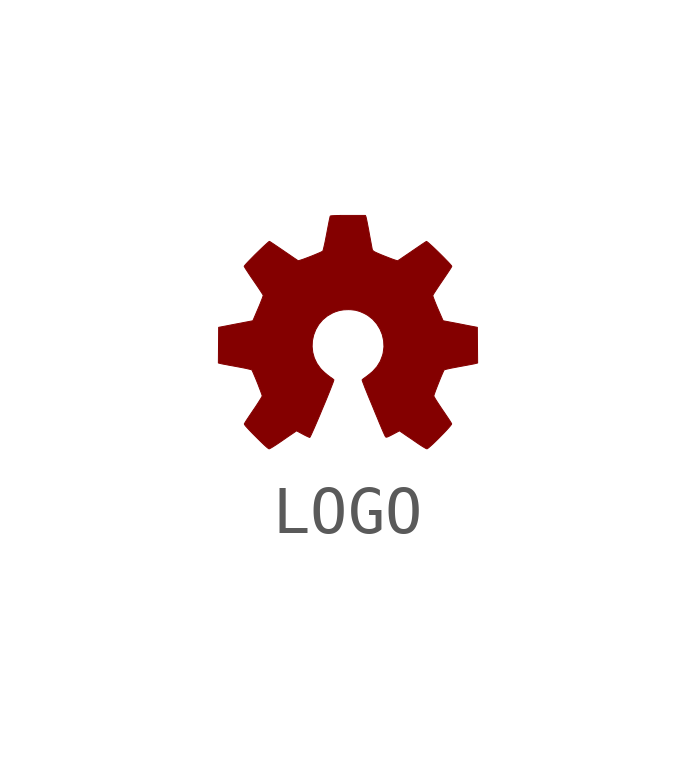
<source format=kicad_sym>
(kicad_symbol_lib
  (version 20220914)
  (generator bitmap2component)
  (symbol "LOGO"
    (pin_names
      (offset 1.016))
    (property "Reference" "#G"
      (at 0 1.866 0)
      (effects (font (size 1.27 1.27)) hide))
    (symbol "LOGO_0_0"
      (polyline (pts (xy -1.651 -2.362) (xy -1.624 -2.349) (xy -1.583 -2.325) (xy -1.532 -2.293) (xy -1.476 -2.256) (xy -1.467 -2.25) (xy -1.398 -2.203) (xy -1.326 -2.153) (xy -1.258 -2.106) (xy -1.202 -2.068) (xy -1.084 -1.988) (xy -0.955 -2.057) (xy -0.906 -2.083) (xy -0.861 -2.105) (xy -0.827 -2.12) (xy -0.809 -2.126) (xy -0.807 -2.123) (xy -0.795 -2.102) (xy -0.775 -2.061) (xy -0.749 -2.003) (xy -0.717 -1.932) (xy -0.681 -1.849) (xy -0.642 -1.758) (xy -0.6 -1.66) (xy -0.558 -1.558) (xy -0.515 -1.456) (xy -0.473 -1.356) (xy -0.434 -1.26) (xy -0.398 -1.171) (xy -0.367 -1.092) (xy -0.341 -1.025) (xy -0.321 -0.973) (xy -0.31 -0.939) (xy -0.307 -0.924) (xy -0.308 -0.923) (xy -0.323 -0.91) (xy -0.353 -0.887) (xy -0.392 -0.861) (xy -0.401 -0.854) (xy -0.45 -0.816) (xy -0.503 -0.771) (xy -0.551 -0.725) (xy -0.586 -0.688) (xy -0.66 -0.584) (xy -0.714 -0.471) (xy -0.747 -0.353) (xy -0.76 -0.231) (xy -0.754 -0.11) (xy -0.728 0.009) (xy -0.684 0.123) (xy -0.622 0.229) (xy -0.542 0.324) (xy -0.445 0.405) (xy -0.331 0.47) (xy -0.27 0.495) (xy -0.188 0.52) (xy -0.102 0.534) (xy -0.003 0.538) (xy 0.051 0.536) (xy 0.145 0.525) (xy 0.236 0.499) (xy 0.331 0.457) (xy 0.4 0.418) (xy 0.501 0.339) (xy 0.586 0.243) (xy 0.653 0.135) (xy 0.702 0.017) (xy 0.73 -0.108) (xy 0.737 -0.237) (xy 0.72 -0.367) (xy 0.708 -0.414) (xy 0.661 -0.538) (xy 0.592 -0.65) (xy 0.501 -0.752) (xy 0.388 -0.844) (xy 0.362 -0.863) (xy 0.323 -0.891) (xy 0.294 -0.913) (xy 0.282 -0.925) (xy 0.284 -0.938) (xy 0.295 -0.971) (xy 0.314 -1.02) (xy 0.338 -1.084) (xy 0.368 -1.158) (xy 0.401 -1.24) (xy 0.414 -1.272) (xy 0.459 -1.38) (xy 0.507 -1.496) (xy 0.555 -1.614) (xy 0.601 -1.724) (xy 0.64 -1.82) (xy 0.661 -1.869) (xy 0.692 -1.943) (xy 0.72 -2.008) (xy 0.744 -2.061) (xy 0.761 -2.097) (xy 0.771 -2.113) (xy 0.772 -2.115) (xy 0.783 -2.12) (xy 0.799 -2.119) (xy 0.826 -2.109) (xy 0.866 -2.09) (xy 0.924 -2.06) (xy 1.06 -1.988) (xy 1.177 -2.068) (xy 1.183 -2.073) (xy 1.241 -2.112) (xy 1.311 -2.159) (xy 1.383 -2.209) (xy 1.451 -2.256) (xy 1.478 -2.274) (xy 1.532 -2.309) (xy 1.579 -2.337) (xy 1.614 -2.357) (xy 1.633 -2.363) (xy 1.643 -2.359) (xy 1.67 -2.339) (xy 1.709 -2.305) (xy 1.758 -2.261) (xy 1.812 -2.209) (xy 1.87 -2.152) (xy 1.929 -2.092) (xy 1.986 -2.034) (xy 2.039 -1.978) (xy 2.084 -1.928) (xy 2.119 -1.887) (xy 2.142 -1.857) (xy 2.148 -1.842) (xy 2.142 -1.829) (xy 2.123 -1.798) (xy 2.093 -1.751) (xy 2.054 -1.693) (xy 2.009 -1.626) (xy 1.959 -1.553) (xy 1.916 -1.489) (xy 1.871 -1.421) (xy 1.832 -1.361) (xy 1.802 -1.312) (xy 1.783 -1.278) (xy 1.776 -1.262) (xy 1.776 -1.262) (xy 1.781 -1.241) (xy 1.794 -1.203) (xy 1.813 -1.15) (xy 1.837 -1.087) (xy 1.864 -1.018) (xy 1.892 -0.948) (xy 1.919 -0.88) (xy 1.945 -0.819) (xy 1.967 -0.769) (xy 1.983 -0.734) (xy 1.993 -0.718) (xy 2 -0.715) (xy 2.03 -0.706) (xy 2.079 -0.695) (xy 2.143 -0.681) (xy 2.218 -0.667) (xy 2.301 -0.651) (xy 2.351 -0.642) (xy 2.433 -0.627) (xy 2.508 -0.613) (xy 2.571 -0.601) (xy 2.617 -0.592) (xy 2.642 -0.586) (xy 2.689 -0.574) (xy 2.686 -0.203) (xy 2.683 0.169) (xy 2.504 0.203) (xy 2.428 0.218) (xy 2.331 0.237) (xy 2.234 0.256) (xy 2.148 0.272) (xy 1.97 0.306) (xy 1.861 0.556) (xy 1.848 0.586) (xy 1.818 0.658) (xy 1.792 0.723) (xy 1.772 0.776) (xy 1.759 0.813) (xy 1.755 0.832) (xy 1.756 0.832) (xy 1.764 0.85) (xy 1.785 0.885) (xy 1.817 0.934) (xy 1.857 0.995) (xy 1.904 1.065) (xy 1.955 1.14) (xy 1.959 1.146) (xy 2.01 1.221) (xy 2.056 1.289) (xy 2.095 1.348) (xy 2.125 1.394) (xy 2.144 1.426) (xy 2.151 1.441) (xy 2.143 1.455) (xy 2.119 1.483) (xy 2.083 1.523) (xy 2.036 1.571) (xy 1.983 1.626) (xy 1.925 1.684) (xy 1.865 1.743) (xy 1.806 1.8) (xy 1.751 1.852) (xy 1.702 1.896) (xy 1.663 1.931) (xy 1.635 1.953) (xy 1.622 1.96) (xy 1.622 1.96) (xy 1.606 1.95) (xy 1.573 1.929) (xy 1.525 1.897) (xy 1.465 1.856) (xy 1.396 1.809) (xy 1.321 1.758) (xy 1.316 1.754) (xy 1.241 1.703) (xy 1.173 1.657) (xy 1.114 1.617) (xy 1.068 1.585) (xy 1.036 1.565) (xy 1.022 1.556) (xy 1.012 1.558) (xy 0.982 1.567) (xy 0.937 1.582) (xy 0.88 1.603) (xy 0.816 1.628) (xy 0.749 1.654) (xy 0.684 1.68) (xy 0.625 1.705) (xy 0.575 1.727) (xy 0.54 1.744) (xy 0.538 1.744) (xy 0.511 1.764) (xy 0.496 1.785) (xy 0.492 1.799) (xy 0.485 1.836) (xy 0.475 1.89) (xy 0.462 1.959) (xy 0.447 2.039) (xy 0.431 2.126) (xy 0.418 2.201) (xy 0.402 2.283) (xy 0.388 2.355) (xy 0.376 2.413) (xy 0.367 2.454) (xy 0.362 2.473) (xy 0.351 2.501) (xy -0.011 2.501) (xy -0.117 2.501) (xy -0.213 2.5) (xy -0.287 2.498) (xy -0.339 2.495) (xy -0.37 2.492) (xy -0.382 2.487) (xy -0.383 2.486) (xy -0.388 2.467) (xy -0.397 2.427) (xy -0.409 2.369) (xy -0.423 2.297) (xy -0.439 2.215) (xy -0.456 2.124) (xy -0.472 2.043) (xy -0.49 1.951) (xy -0.507 1.874) (xy -0.521 1.815) (xy -0.531 1.775) (xy -0.539 1.758) (xy -0.553 1.749) (xy -0.587 1.732) (xy -0.636 1.711) (xy -0.695 1.686) (xy -0.761 1.659) (xy -0.828 1.633) (xy -0.894 1.608) (xy -0.954 1.586) (xy -1.003 1.57) (xy -1.037 1.56) (xy -1.053 1.558) (xy -1.053 1.558) (xy -1.068 1.568) (xy -1.1 1.59) (xy -1.148 1.622) (xy -1.207 1.663) (xy -1.276 1.71) (xy -1.351 1.761) (xy -1.353 1.763) (xy -1.428 1.814) (xy -1.496 1.86) (xy -1.555 1.9) (xy -1.602 1.931) (xy -1.634 1.952) (xy -1.649 1.961) (xy -1.662 1.954) (xy -1.689 1.931) (xy -1.728 1.896) (xy -1.777 1.851) (xy -1.831 1.799) (xy -1.89 1.742) (xy -1.95 1.684) (xy -2.007 1.626) (xy -2.061 1.571) (xy -2.107 1.523) (xy -2.144 1.483) (xy -2.167 1.455) (xy -2.176 1.441) (xy -2.176 1.44) (xy -2.168 1.425) (xy -2.148 1.391) (xy -2.117 1.344) (xy -2.078 1.284) (xy -2.032 1.215) (xy -1.98 1.14) (xy -1.977 1.135) (xy -1.926 1.061) (xy -1.879 0.992) (xy -1.84 0.933) (xy -1.809 0.885) (xy -1.788 0.853) (xy -1.78 0.838) (xy -1.78 0.833) (xy -1.788 0.807) (xy -1.803 0.764) (xy -1.826 0.706) (xy -1.853 0.638) (xy -1.885 0.563) (xy -1.995 0.306) (xy -2.173 0.272) (xy -2.249 0.257) (xy -2.346 0.239) (xy -2.444 0.22) (xy -2.529 0.203) (xy -2.708 0.169) (xy -2.711 -0.203) (xy -2.714 -0.574) (xy -2.667 -0.586) (xy -2.655 -0.589) (xy -2.617 -0.597) (xy -2.561 -0.607) (xy -2.491 -0.621) (xy -2.412 -0.635) (xy -2.326 -0.651) (xy -2.272 -0.661) (xy -2.193 -0.676) (xy -2.125 -0.69) (xy -2.071 -0.703) (xy -2.034 -0.712) (xy -2.018 -0.718) (xy -2.017 -0.718) (xy -2.007 -0.736) (xy -1.991 -0.772) (xy -1.969 -0.823) (xy -1.943 -0.884) (xy -1.915 -0.952) (xy -1.887 -1.022) (xy -1.861 -1.091) (xy -1.837 -1.153) (xy -1.818 -1.205) (xy -1.805 -1.242) (xy -1.801 -1.261) (xy -1.806 -1.274) (xy -1.824 -1.306) (xy -1.853 -1.353) (xy -1.89 -1.411) (xy -1.934 -1.479) (xy -1.984 -1.552) (xy -2.027 -1.616) (xy -2.073 -1.684) (xy -2.113 -1.744) (xy -2.144 -1.792) (xy -2.164 -1.826) (xy -2.173 -1.842) (xy -2.173 -1.845) (xy -2.167 -1.86) (xy -2.149 -1.885) (xy -2.117 -1.921) (xy -2.071 -1.971) (xy -2.01 -2.035) (xy -1.931 -2.114) (xy -1.902 -2.143) (xy -1.823 -2.221) (xy -1.758 -2.283) (xy -1.709 -2.327) (xy -1.675 -2.354) (xy -1.657 -2.364) (xy -1.651 -2.362)) (stroke (width 0.01) (type default)) (fill (type outline))))))
</source>
